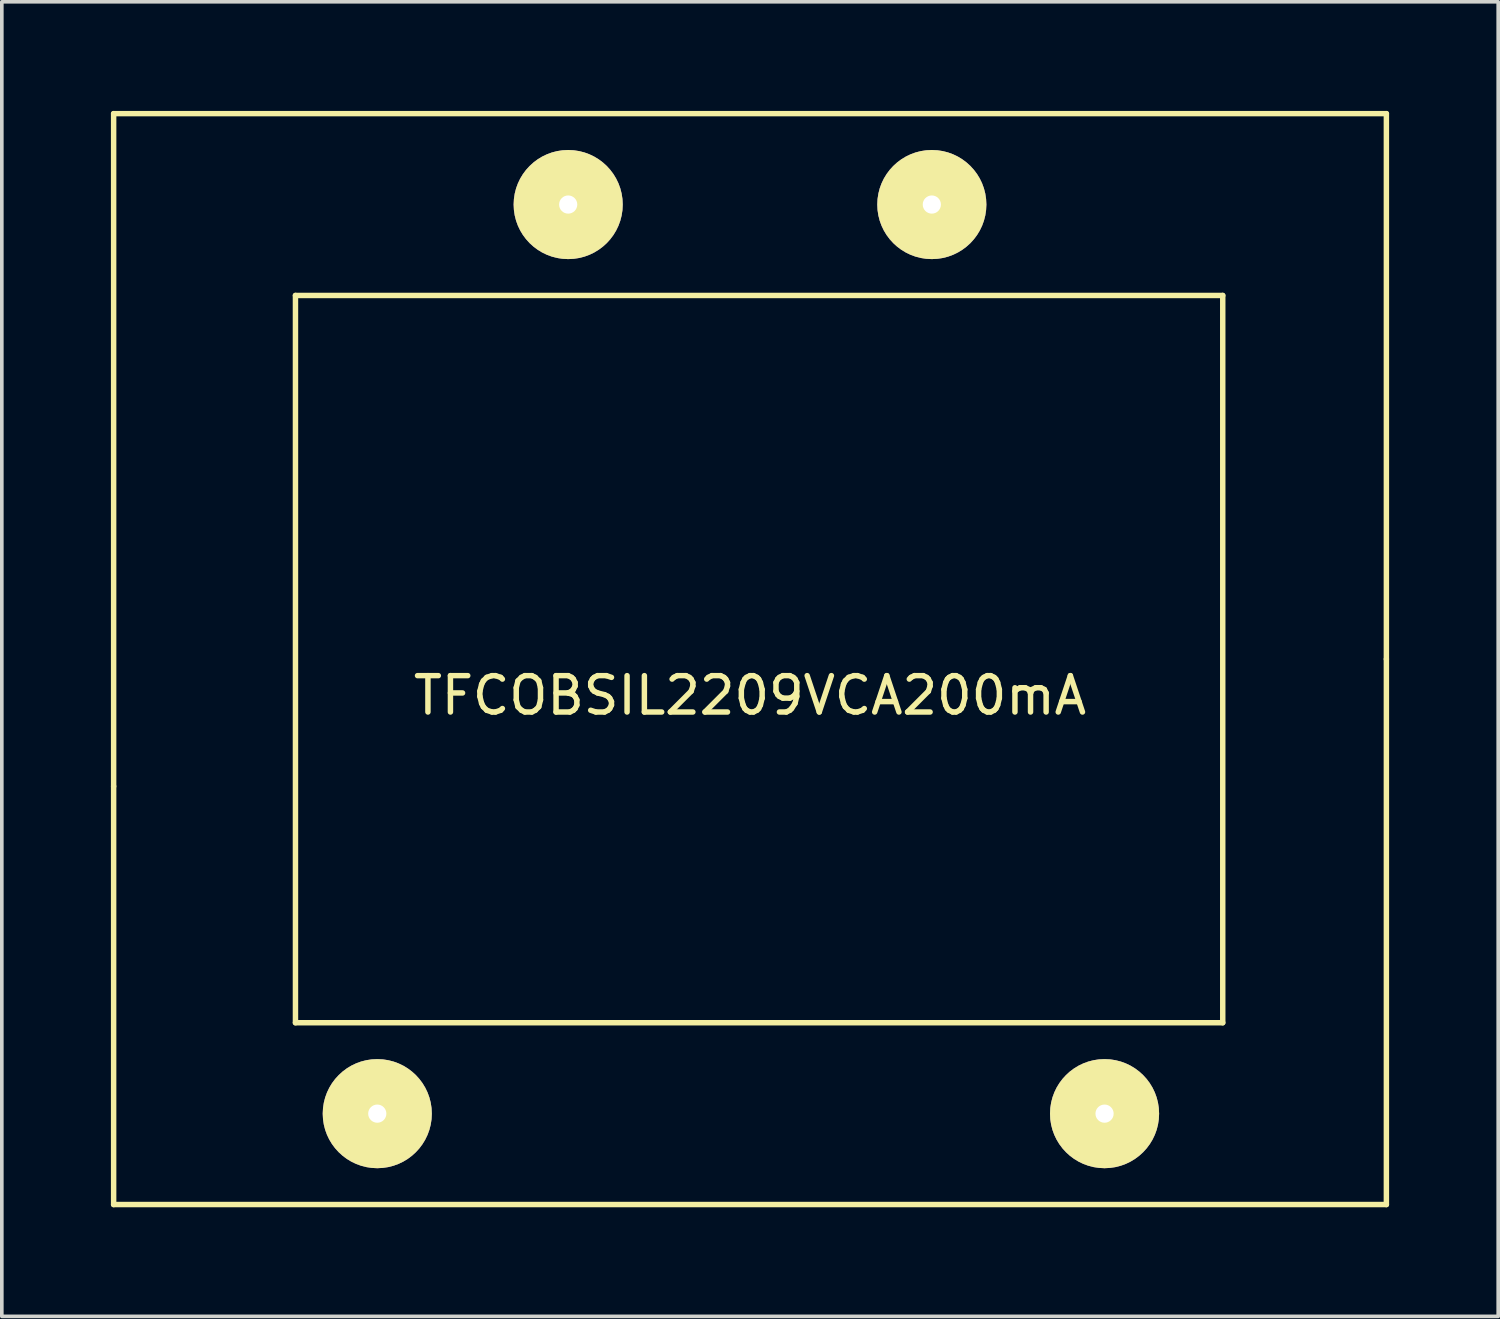
<source format=kicad_pcb>
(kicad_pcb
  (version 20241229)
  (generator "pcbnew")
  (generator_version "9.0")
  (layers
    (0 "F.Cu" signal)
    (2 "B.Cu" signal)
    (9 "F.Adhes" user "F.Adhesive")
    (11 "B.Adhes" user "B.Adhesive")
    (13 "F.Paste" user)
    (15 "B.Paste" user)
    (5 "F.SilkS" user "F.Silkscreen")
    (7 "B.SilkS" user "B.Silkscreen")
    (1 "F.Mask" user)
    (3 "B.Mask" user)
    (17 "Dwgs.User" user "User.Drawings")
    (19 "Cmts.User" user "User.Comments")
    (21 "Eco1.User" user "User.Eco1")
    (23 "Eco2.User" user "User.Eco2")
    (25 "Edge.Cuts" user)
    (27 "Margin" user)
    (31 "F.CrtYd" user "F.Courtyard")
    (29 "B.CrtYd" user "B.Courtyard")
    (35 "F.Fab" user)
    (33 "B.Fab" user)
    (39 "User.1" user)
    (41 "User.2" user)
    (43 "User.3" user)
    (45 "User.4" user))
  (footprint "TFCOBSIL2209VCA200mA"
    (layer "F.Cu")
    (at 17.575 15.075)
    (property "Reference" "TFCOBSIL2209VCA200mA" (at 0 1 0) (layer "F.SilkS") (effects (font (size 1 1) (thickness 0.15))))
    (attr through_hole)
    (fp_line (start -17.5 -15) (end -17.5 3.5) (stroke (width 0.15) (type solid)) (layer "F.SilkS"))
    (fp_line (start -17.5 3.5) (end -17.5 15) (stroke (width 0.15) (type solid)) (layer "F.SilkS"))
    (fp_line (start -17.5 15) (end 17.5 15) (stroke (width 0.15) (type solid)) (layer "F.SilkS"))
    (fp_line (start -12.5 -10) (end 13 -10) (stroke (width 0.15) (type solid)) (layer "F.SilkS"))
    (fp_line (start -12.5 10) (end -12.5 -10) (stroke (width 0.15) (type solid)) (layer "F.SilkS"))
    (fp_line (start 13 -10) (end 13 10) (stroke (width 0.15) (type solid)) (layer "F.SilkS"))
    (fp_line (start 13 10) (end -12.5 10) (stroke (width 0.15) (type solid)) (layer "F.SilkS"))
    (fp_line (start 17.5 -15) (end -17.5 -15) (stroke (width 0.15) (type solid)) (layer "F.SilkS"))
    (fp_line (start 17.5 0) (end 17.5 -15) (stroke (width 0.15) (type solid)) (layer "F.SilkS"))
    (fp_line (start 17.5 15) (end 17.5 0) (stroke (width 0.15) (type solid)) (layer "F.SilkS"))
    (pad "1" thru_hole circle (at -10.25 12.5) (size 3 3) (drill 0.5) (layers "*.Cu" "*.Mask" "F.SilkS"))
    (pad "2" thru_hole circle (at 9.75 12.5) (size 3 3) (drill 0.5) (layers "*.Cu" "*.Mask" "F.SilkS"))
    (pad "3" thru_hole circle (at -5 -12.5) (size 3 3) (drill 0.5) (layers "*.Cu" "*.Mask" "F.SilkS"))
    (pad "4" thru_hole circle (at 5 -12.5) (size 3 3) (drill 0.5) (layers "*.Cu" "*.Mask" "F.SilkS")))
  (gr_rect
    (start -3 -3)
    (end 38.15 33.15)
    (stroke (width 0.1) (type default))
    (fill no)
    (layer "Edge.Cuts")))
</source>
